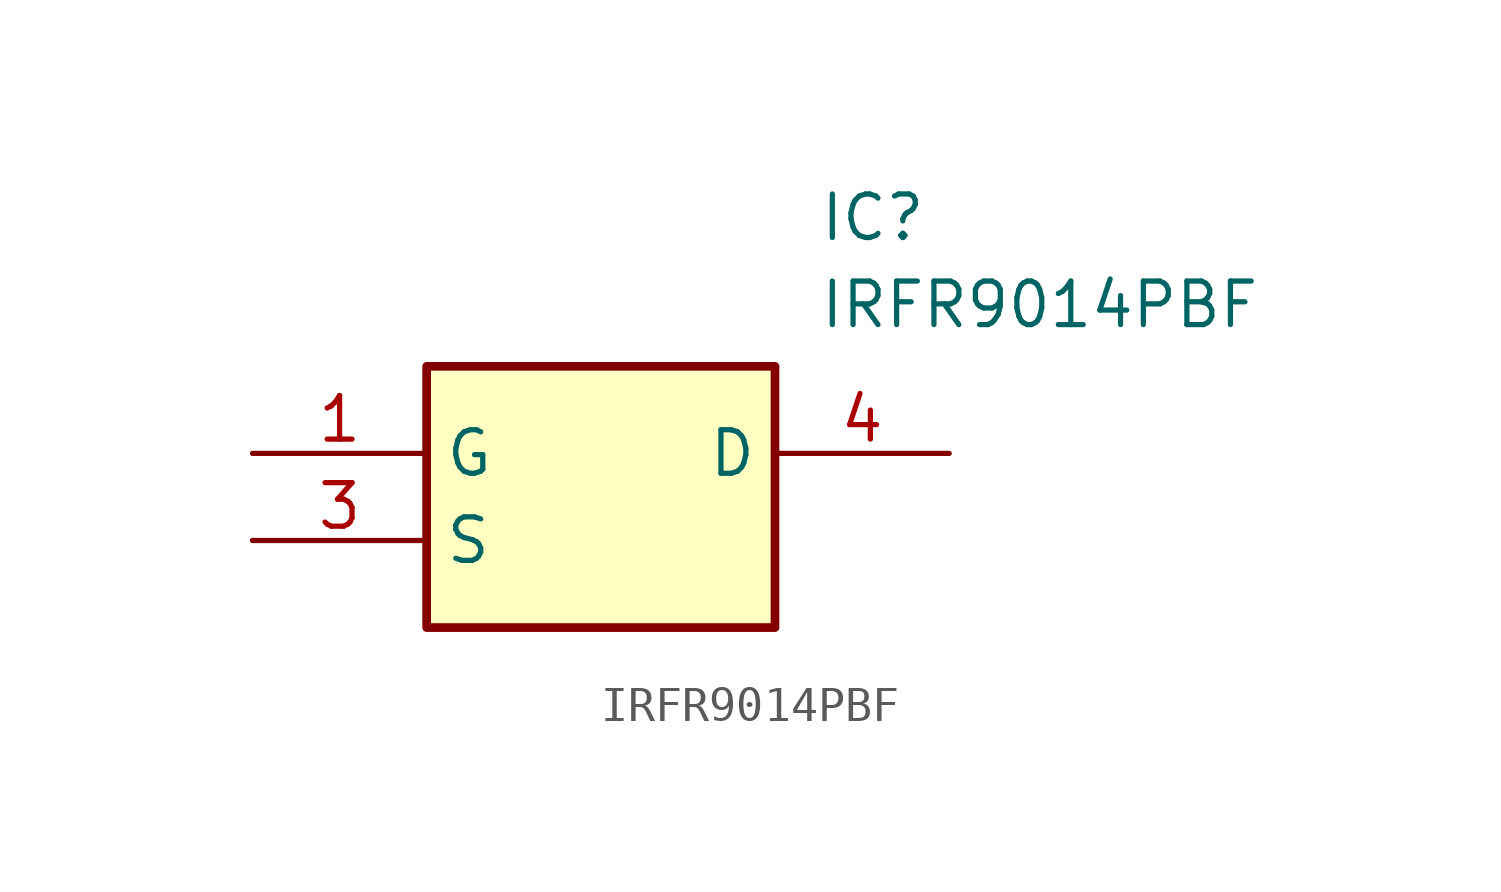
<source format=kicad_sym>
(kicad_symbol_lib
  (version 20211014)
  (generator SamacSys_ECAD_Model)
  (symbol "IRFR9014PBF"
    (property "Reference" "IC"
      (at 16.51 7.62 0)
      (effects (font (size 1.27 1.27)) (justify left top)))
    (property "Value" "IRFR9014PBF"
      (at 16.51 5.08 0)
      (effects (font (size 1.27 1.27)) (justify left top)))
    (rectangle
      (start 5.08 2.54)
      (end 15.24 -5.08)
      (stroke (width 0.254) (type default))
      (fill (type background)))
    (pin passive line
      (at 0 0 0)
      (length 5.08)
      (name "G" (effects (font (size 1.27 1.27))))
      (number "1" (effects (font (size 1.27 1.27)))))
    (pin passive line
      (at 0 -2.54 0)
      (length 5.08)
      (name "S" (effects (font (size 1.27 1.27))))
      (number "3" (effects (font (size 1.27 1.27)))))
    (pin passive line
      (at 20.32 0 180)
      (length 5.08)
      (name "D" (effects (font (size 1.27 1.27))))
      (number "4" (effects (font (size 1.27 1.27)))))))
</source>
